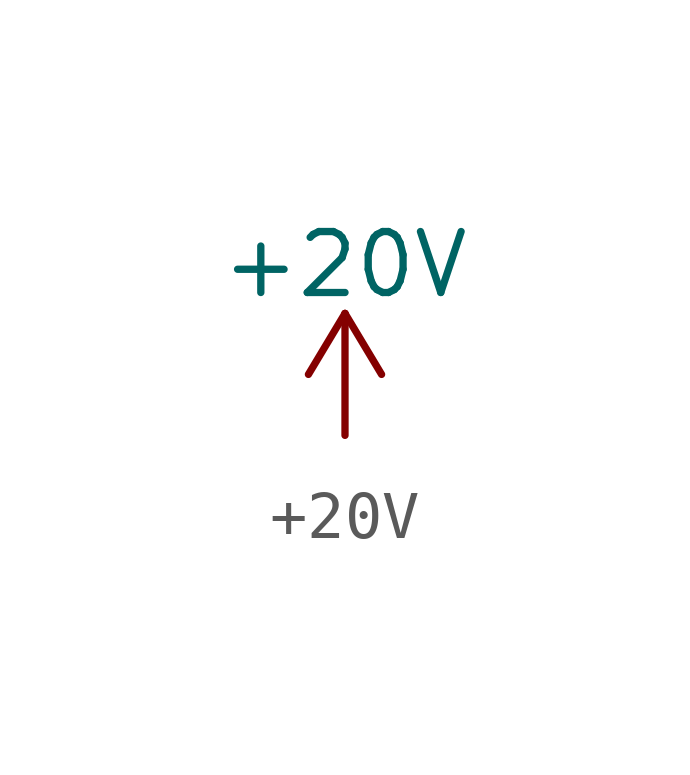
<source format=kicad_sym>
(kicad_symbol_lib
  (version 20211014)
  (generator kicad_symbol_editor)
  (symbol "+20V"
    (power)
    (pin_names
      (offset 0))
    (property "Reference" "#PWR"
      (at 0 -3.81 0)
      (effects (font (size 1.27 1.27)) hide))
    (property "Value" "+20V"
      (at 0 3.556 0)
      (effects (font (size 1.27 1.27))))
    (symbol "+20V_0_1"
      (polyline (pts (xy -0.762 1.27) (xy 0 2.54)) (stroke (width 0) (type default) (color 0 0 0 0)) (fill (type none)))
      (polyline (pts (xy 0 0) (xy 0 2.54)) (stroke (width 0) (type default) (color 0 0 0 0)) (fill (type none)))
      (polyline (pts (xy 0 2.54) (xy 0.762 1.27)) (stroke (width 0) (type default) (color 0 0 0 0)) (fill (type none))))
    (symbol "+20V_1_1"
      (pin power_in line (at 0 0 90) (length 0) hide (name "+20V" (effects (font (size 1.27 1.27)))) (number "1" (effects (font (size 1.27 1.27))))))))
</source>
